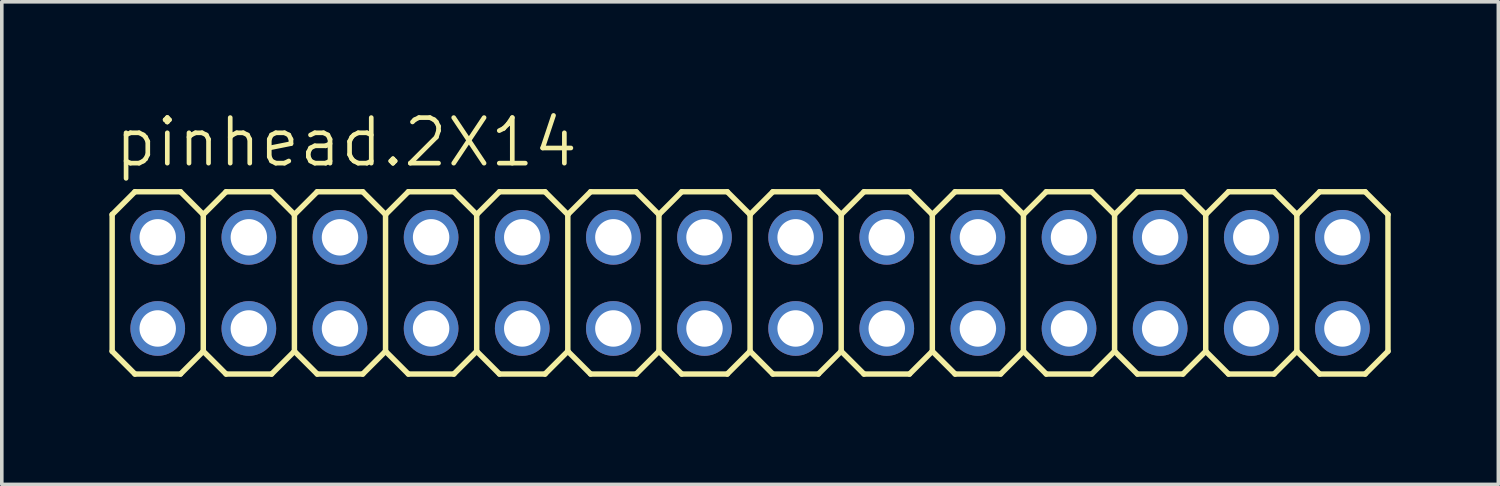
<source format=kicad_pcb>
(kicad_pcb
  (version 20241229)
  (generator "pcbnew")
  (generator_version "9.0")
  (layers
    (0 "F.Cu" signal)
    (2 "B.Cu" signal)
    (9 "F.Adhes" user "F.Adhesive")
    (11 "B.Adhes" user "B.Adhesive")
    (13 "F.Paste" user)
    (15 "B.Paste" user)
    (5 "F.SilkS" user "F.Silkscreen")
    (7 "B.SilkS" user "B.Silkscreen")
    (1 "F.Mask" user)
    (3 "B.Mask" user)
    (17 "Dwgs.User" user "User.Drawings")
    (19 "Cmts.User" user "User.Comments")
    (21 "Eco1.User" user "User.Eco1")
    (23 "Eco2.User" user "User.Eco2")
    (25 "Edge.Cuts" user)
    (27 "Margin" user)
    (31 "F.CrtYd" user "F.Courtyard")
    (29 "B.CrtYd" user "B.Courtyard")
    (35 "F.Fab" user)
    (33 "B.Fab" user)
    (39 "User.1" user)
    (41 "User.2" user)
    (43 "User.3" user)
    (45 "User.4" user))
  (footprint "pinhead.2X14"
    (layer "F.Cu")
    (at 17.856 4.835)
    (property "Reference" "pinhead.2X14" (at -17.78 -3.175 0) (layer "F.SilkS") (effects (font (size 1.27 1.27) (thickness 0.13)) (justify left bottom)))
    (attr through_hole)
    (fp_line (start -17.78 -1.905) (end -17.145 -2.54) (stroke (width 0.152) (type default)) (layer "F.SilkS"))
    (fp_line (start -17.78 1.905) (end -17.78 -1.905) (stroke (width 0.152) (type default)) (layer "F.SilkS"))
    (fp_line (start -17.78 1.905) (end -17.145 2.54) (stroke (width 0.152) (type default)) (layer "F.SilkS"))
    (fp_line (start -17.145 -2.54) (end -15.875 -2.54) (stroke (width 0.152) (type default)) (layer "F.SilkS"))
    (fp_line (start -17.145 2.54) (end -15.875 2.54) (stroke (width 0.152) (type default)) (layer "F.SilkS"))
    (fp_line (start -15.875 -2.54) (end -15.24 -1.905) (stroke (width 0.152) (type default)) (layer "F.SilkS"))
    (fp_line (start -15.875 2.54) (end -15.24 1.905) (stroke (width 0.152) (type default)) (layer "F.SilkS"))
    (fp_line (start -15.24 -1.905) (end -15.24 1.905) (stroke (width 0.152) (type default)) (layer "F.SilkS"))
    (fp_line (start -15.24 -1.905) (end -14.605 -2.54) (stroke (width 0.152) (type default)) (layer "F.SilkS"))
    (fp_line (start -15.24 1.905) (end -14.605 2.54) (stroke (width 0.152) (type default)) (layer "F.SilkS"))
    (fp_line (start -14.605 -2.54) (end -13.335 -2.54) (stroke (width 0.152) (type default)) (layer "F.SilkS"))
    (fp_line (start -14.605 2.54) (end -13.335 2.54) (stroke (width 0.152) (type default)) (layer "F.SilkS"))
    (fp_line (start -13.335 -2.54) (end -12.7 -1.905) (stroke (width 0.152) (type default)) (layer "F.SilkS"))
    (fp_line (start -13.335 2.54) (end -12.7 1.905) (stroke (width 0.152) (type default)) (layer "F.SilkS"))
    (fp_line (start -12.7 -1.905) (end -12.7 1.905) (stroke (width 0.152) (type default)) (layer "F.SilkS"))
    (fp_line (start -12.7 -1.905) (end -12.065 -2.54) (stroke (width 0.152) (type default)) (layer "F.SilkS"))
    (fp_line (start -12.7 1.905) (end -12.065 2.54) (stroke (width 0.152) (type default)) (layer "F.SilkS"))
    (fp_line (start -12.065 -2.54) (end -10.795 -2.54) (stroke (width 0.152) (type default)) (layer "F.SilkS"))
    (fp_line (start -12.065 2.54) (end -10.795 2.54) (stroke (width 0.152) (type default)) (layer "F.SilkS"))
    (fp_line (start -10.795 -2.54) (end -10.16 -1.905) (stroke (width 0.152) (type default)) (layer "F.SilkS"))
    (fp_line (start -10.795 2.54) (end -10.16 1.905) (stroke (width 0.152) (type default)) (layer "F.SilkS"))
    (fp_line (start -10.16 -1.905) (end -10.16 1.905) (stroke (width 0.152) (type default)) (layer "F.SilkS"))
    (fp_line (start -10.16 -1.905) (end -9.525 -2.54) (stroke (width 0.152) (type default)) (layer "F.SilkS"))
    (fp_line (start -10.16 1.905) (end -9.525 2.54) (stroke (width 0.152) (type default)) (layer "F.SilkS"))
    (fp_line (start -9.525 -2.54) (end -8.255 -2.54) (stroke (width 0.152) (type default)) (layer "F.SilkS"))
    (fp_line (start -9.525 2.54) (end -8.255 2.54) (stroke (width 0.152) (type default)) (layer "F.SilkS"))
    (fp_line (start -8.255 -2.54) (end -7.62 -1.905) (stroke (width 0.152) (type default)) (layer "F.SilkS"))
    (fp_line (start -8.255 2.54) (end -7.62 1.905) (stroke (width 0.152) (type default)) (layer "F.SilkS"))
    (fp_line (start -7.62 -1.905) (end -7.62 1.905) (stroke (width 0.152) (type default)) (layer "F.SilkS"))
    (fp_line (start -7.62 -1.905) (end -6.985 -2.54) (stroke (width 0.152) (type default)) (layer "F.SilkS"))
    (fp_line (start -7.62 1.905) (end -6.985 2.54) (stroke (width 0.152) (type default)) (layer "F.SilkS"))
    (fp_line (start -6.985 -2.54) (end -5.715 -2.54) (stroke (width 0.152) (type default)) (layer "F.SilkS"))
    (fp_line (start -6.985 2.54) (end -5.715 2.54) (stroke (width 0.152) (type default)) (layer "F.SilkS"))
    (fp_line (start -5.715 -2.54) (end -5.08 -1.905) (stroke (width 0.152) (type default)) (layer "F.SilkS"))
    (fp_line (start -5.715 2.54) (end -5.08 1.905) (stroke (width 0.152) (type default)) (layer "F.SilkS"))
    (fp_line (start -5.08 -1.905) (end -5.08 1.905) (stroke (width 0.152) (type default)) (layer "F.SilkS"))
    (fp_line (start -5.08 -1.905) (end -4.445 -2.54) (stroke (width 0.152) (type default)) (layer "F.SilkS"))
    (fp_line (start -5.08 1.905) (end -4.445 2.54) (stroke (width 0.152) (type default)) (layer "F.SilkS"))
    (fp_line (start -4.445 -2.54) (end -3.175 -2.54) (stroke (width 0.152) (type default)) (layer "F.SilkS"))
    (fp_line (start -4.445 2.54) (end -3.175 2.54) (stroke (width 0.152) (type default)) (layer "F.SilkS"))
    (fp_line (start -3.175 -2.54) (end -2.54 -1.905) (stroke (width 0.152) (type default)) (layer "F.SilkS"))
    (fp_line (start -3.175 2.54) (end -2.54 1.905) (stroke (width 0.152) (type default)) (layer "F.SilkS"))
    (fp_line (start -2.54 -1.905) (end -2.54 1.905) (stroke (width 0.152) (type default)) (layer "F.SilkS"))
    (fp_line (start -2.54 -1.905) (end -1.905 -2.54) (stroke (width 0.152) (type default)) (layer "F.SilkS"))
    (fp_line (start -2.54 1.905) (end -1.905 2.54) (stroke (width 0.152) (type default)) (layer "F.SilkS"))
    (fp_line (start -1.905 -2.54) (end -0.635 -2.54) (stroke (width 0.152) (type default)) (layer "F.SilkS"))
    (fp_line (start -0.635 -2.54) (end 0 -1.905) (stroke (width 0.152) (type default)) (layer "F.SilkS"))
    (fp_line (start -0.635 2.54) (end -1.905 2.54) (stroke (width 0.152) (type default)) (layer "F.SilkS"))
    (fp_line (start 0 -1.905) (end 0 1.905) (stroke (width 0.152) (type default)) (layer "F.SilkS"))
    (fp_line (start 0 -1.905) (end 0.635 -2.54) (stroke (width 0.152) (type default)) (layer "F.SilkS"))
    (fp_line (start 0 1.905) (end -0.635 2.54) (stroke (width 0.152) (type default)) (layer "F.SilkS"))
    (fp_line (start 0 1.905) (end 0.635 2.54) (stroke (width 0.152) (type default)) (layer "F.SilkS"))
    (fp_line (start 0.635 -2.54) (end 1.905 -2.54) (stroke (width 0.152) (type default)) (layer "F.SilkS"))
    (fp_line (start 1.905 -2.54) (end 2.54 -1.905) (stroke (width 0.152) (type default)) (layer "F.SilkS"))
    (fp_line (start 1.905 2.54) (end 0.635 2.54) (stroke (width 0.152) (type default)) (layer "F.SilkS"))
    (fp_line (start 2.54 -1.905) (end 2.54 1.905) (stroke (width 0.152) (type default)) (layer "F.SilkS"))
    (fp_line (start 2.54 -1.905) (end 3.175 -2.54) (stroke (width 0.152) (type default)) (layer "F.SilkS"))
    (fp_line (start 2.54 1.905) (end 1.905 2.54) (stroke (width 0.152) (type default)) (layer "F.SilkS"))
    (fp_line (start 2.54 1.905) (end 3.175 2.54) (stroke (width 0.152) (type default)) (layer "F.SilkS"))
    (fp_line (start 3.175 -2.54) (end 4.445 -2.54) (stroke (width 0.152) (type default)) (layer "F.SilkS"))
    (fp_line (start 4.445 -2.54) (end 5.08 -1.905) (stroke (width 0.152) (type default)) (layer "F.SilkS"))
    (fp_line (start 4.445 2.54) (end 3.175 2.54) (stroke (width 0.152) (type default)) (layer "F.SilkS"))
    (fp_line (start 5.08 -1.905) (end 5.08 1.905) (stroke (width 0.152) (type default)) (layer "F.SilkS"))
    (fp_line (start 5.08 -1.905) (end 5.715 -2.54) (stroke (width 0.152) (type default)) (layer "F.SilkS"))
    (fp_line (start 5.08 1.905) (end 4.445 2.54) (stroke (width 0.152) (type default)) (layer "F.SilkS"))
    (fp_line (start 5.08 1.905) (end 5.715 2.54) (stroke (width 0.152) (type default)) (layer "F.SilkS"))
    (fp_line (start 5.715 -2.54) (end 6.985 -2.54) (stroke (width 0.152) (type default)) (layer "F.SilkS"))
    (fp_line (start 6.985 -2.54) (end 7.62 -1.905) (stroke (width 0.152) (type default)) (layer "F.SilkS"))
    (fp_line (start 6.985 2.54) (end 5.715 2.54) (stroke (width 0.152) (type default)) (layer "F.SilkS"))
    (fp_line (start 7.62 -1.905) (end 7.62 1.905) (stroke (width 0.152) (type default)) (layer "F.SilkS"))
    (fp_line (start 7.62 -1.905) (end 8.255 -2.54) (stroke (width 0.152) (type default)) (layer "F.SilkS"))
    (fp_line (start 7.62 1.905) (end 6.985 2.54) (stroke (width 0.152) (type default)) (layer "F.SilkS"))
    (fp_line (start 7.62 1.905) (end 8.255 2.54) (stroke (width 0.152) (type default)) (layer "F.SilkS"))
    (fp_line (start 8.255 -2.54) (end 9.525 -2.54) (stroke (width 0.152) (type default)) (layer "F.SilkS"))
    (fp_line (start 9.525 -2.54) (end 10.16 -1.905) (stroke (width 0.152) (type default)) (layer "F.SilkS"))
    (fp_line (start 9.525 2.54) (end 8.255 2.54) (stroke (width 0.152) (type default)) (layer "F.SilkS"))
    (fp_line (start 10.16 -1.905) (end 10.16 1.905) (stroke (width 0.152) (type default)) (layer "F.SilkS"))
    (fp_line (start 10.16 -1.905) (end 10.795 -2.54) (stroke (width 0.152) (type default)) (layer "F.SilkS"))
    (fp_line (start 10.16 1.905) (end 9.525 2.54) (stroke (width 0.152) (type default)) (layer "F.SilkS"))
    (fp_line (start 10.16 1.905) (end 10.795 2.54) (stroke (width 0.152) (type default)) (layer "F.SilkS"))
    (fp_line (start 10.795 -2.54) (end 12.065 -2.54) (stroke (width 0.152) (type default)) (layer "F.SilkS"))
    (fp_line (start 12.065 2.54) (end 10.795 2.54) (stroke (width 0.152) (type default)) (layer "F.SilkS"))
    (fp_line (start 12.7 -1.905) (end 12.065 -2.54) (stroke (width 0.152) (type default)) (layer "F.SilkS"))
    (fp_line (start 12.7 -1.905) (end 12.7 1.905) (stroke (width 0.152) (type default)) (layer "F.SilkS"))
    (fp_line (start 12.7 -1.905) (end 13.335 -2.54) (stroke (width 0.152) (type default)) (layer "F.SilkS"))
    (fp_line (start 12.7 1.905) (end 12.065 2.54) (stroke (width 0.152) (type default)) (layer "F.SilkS"))
    (fp_line (start 12.7 1.905) (end 13.335 2.54) (stroke (width 0.152) (type default)) (layer "F.SilkS"))
    (fp_line (start 14.605 -2.54) (end 13.335 -2.54) (stroke (width 0.152) (type default)) (layer "F.SilkS"))
    (fp_line (start 14.605 -2.54) (end 15.24 -1.905) (stroke (width 0.152) (type default)) (layer "F.SilkS"))
    (fp_line (start 14.605 2.54) (end 13.335 2.54) (stroke (width 0.152) (type default)) (layer "F.SilkS"))
    (fp_line (start 15.24 -1.905) (end 15.24 1.905) (stroke (width 0.152) (type default)) (layer "F.SilkS"))
    (fp_line (start 15.24 -1.905) (end 15.875 -2.54) (stroke (width 0.152) (type default)) (layer "F.SilkS"))
    (fp_line (start 15.24 1.905) (end 14.605 2.54) (stroke (width 0.152) (type default)) (layer "F.SilkS"))
    (fp_line (start 15.24 1.905) (end 15.875 2.54) (stroke (width 0.152) (type default)) (layer "F.SilkS"))
    (fp_line (start 17.145 -2.54) (end 15.875 -2.54) (stroke (width 0.152) (type default)) (layer "F.SilkS"))
    (fp_line (start 17.145 -2.54) (end 17.78 -1.905) (stroke (width 0.152) (type default)) (layer "F.SilkS"))
    (fp_line (start 17.145 2.54) (end 15.875 2.54) (stroke (width 0.152) (type default)) (layer "F.SilkS"))
    (fp_line (start 17.78 -1.905) (end 17.78 1.905) (stroke (width 0.152) (type default)) (layer "F.SilkS"))
    (fp_line (start 17.78 1.905) (end 17.145 2.54) (stroke (width 0.152) (type default)) (layer "F.SilkS"))
    (fp_rect (start -16.764 -1.016) (end -16.256 -1.524) (stroke (width 0.05) (type default)) (fill no) (layer "F.Fab"))
    (fp_rect (start -16.764 1.524) (end -16.256 1.016) (stroke (width 0.05) (type default)) (fill no) (layer "F.Fab"))
    (fp_rect (start -14.224 -1.016) (end -13.716 -1.524) (stroke (width 0.05) (type default)) (fill no) (layer "F.Fab"))
    (fp_rect (start -14.224 1.524) (end -13.716 1.016) (stroke (width 0.05) (type default)) (fill no) (layer "F.Fab"))
    (fp_rect (start -11.684 -1.016) (end -11.176 -1.524) (stroke (width 0.05) (type default)) (fill no) (layer "F.Fab"))
    (fp_rect (start -11.684 1.524) (end -11.176 1.016) (stroke (width 0.05) (type default)) (fill no) (layer "F.Fab"))
    (fp_rect (start -9.144 -1.016) (end -8.636 -1.524) (stroke (width 0.05) (type default)) (fill no) (layer "F.Fab"))
    (fp_rect (start -9.144 1.524) (end -8.636 1.016) (stroke (width 0.05) (type default)) (fill no) (layer "F.Fab"))
    (fp_rect (start -6.604 -1.016) (end -6.096 -1.524) (stroke (width 0.05) (type default)) (fill no) (layer "F.Fab"))
    (fp_rect (start -6.604 1.524) (end -6.096 1.016) (stroke (width 0.05) (type default)) (fill no) (layer "F.Fab"))
    (fp_rect (start -4.064 -1.016) (end -3.556 -1.524) (stroke (width 0.05) (type default)) (fill no) (layer "F.Fab"))
    (fp_rect (start -4.064 1.524) (end -3.556 1.016) (stroke (width 0.05) (type default)) (fill no) (layer "F.Fab"))
    (fp_rect (start -1.524 -1.016) (end -1.016 -1.524) (stroke (width 0.05) (type default)) (fill no) (layer "F.Fab"))
    (fp_rect (start -1.524 1.524) (end -1.016 1.016) (stroke (width 0.05) (type default)) (fill no) (layer "F.Fab"))
    (fp_rect (start 1.016 -1.016) (end 1.524 -1.524) (stroke (width 0.05) (type default)) (fill no) (layer "F.Fab"))
    (fp_rect (start 1.016 1.524) (end 1.524 1.016) (stroke (width 0.05) (type default)) (fill no) (layer "F.Fab"))
    (fp_rect (start 3.556 -1.016) (end 4.064 -1.524) (stroke (width 0.05) (type default)) (fill no) (layer "F.Fab"))
    (fp_rect (start 3.556 1.524) (end 4.064 1.016) (stroke (width 0.05) (type default)) (fill no) (layer "F.Fab"))
    (fp_rect (start 6.096 -1.016) (end 6.604 -1.524) (stroke (width 0.05) (type default)) (fill no) (layer "F.Fab"))
    (fp_rect (start 6.096 1.524) (end 6.604 1.016) (stroke (width 0.05) (type default)) (fill no) (layer "F.Fab"))
    (fp_rect (start 8.636 -1.016) (end 9.144 -1.524) (stroke (width 0.05) (type default)) (fill no) (layer "F.Fab"))
    (fp_rect (start 8.636 1.524) (end 9.144 1.016) (stroke (width 0.05) (type default)) (fill no) (layer "F.Fab"))
    (fp_rect (start 11.176 -1.016) (end 11.684 -1.524) (stroke (width 0.05) (type default)) (fill no) (layer "F.Fab"))
    (fp_rect (start 11.176 1.524) (end 11.684 1.016) (stroke (width 0.05) (type default)) (fill no) (layer "F.Fab"))
    (fp_rect (start 13.716 -1.016) (end 14.224 -1.524) (stroke (width 0.05) (type default)) (fill no) (layer "F.Fab"))
    (fp_rect (start 13.716 1.524) (end 14.224 1.016) (stroke (width 0.05) (type default)) (fill no) (layer "F.Fab"))
    (fp_rect (start 16.256 -1.016) (end 16.764 -1.524) (stroke (width 0.05) (type default)) (fill no) (layer "F.Fab"))
    (fp_rect (start 16.256 1.524) (end 16.764 1.016) (stroke (width 0.05) (type default)) (fill no) (layer "F.Fab"))
    (pad "1" thru_hole circle (at -16.51 1.27) (size 1.524 1.524) (drill 1.016) (layers "*.Cu" "*.Mask"))
    (pad "2" thru_hole circle (at -16.51 -1.27) (size 1.524 1.524) (drill 1.016) (layers "*.Cu" "*.Mask"))
    (pad "3" thru_hole circle (at -13.97 1.27) (size 1.524 1.524) (drill 1.016) (layers "*.Cu" "*.Mask"))
    (pad "4" thru_hole circle (at -13.97 -1.27) (size 1.524 1.524) (drill 1.016) (layers "*.Cu" "*.Mask"))
    (pad "5" thru_hole circle (at -11.43 1.27) (size 1.524 1.524) (drill 1.016) (layers "*.Cu" "*.Mask"))
    (pad "6" thru_hole circle (at -11.43 -1.27) (size 1.524 1.524) (drill 1.016) (layers "*.Cu" "*.Mask"))
    (pad "7" thru_hole circle (at -8.89 1.27) (size 1.524 1.524) (drill 1.016) (layers "*.Cu" "*.Mask"))
    (pad "8" thru_hole circle (at -8.89 -1.27) (size 1.524 1.524) (drill 1.016) (layers "*.Cu" "*.Mask"))
    (pad "9" thru_hole circle (at -6.35 1.27) (size 1.524 1.524) (drill 1.016) (layers "*.Cu" "*.Mask"))
    (pad "10" thru_hole circle (at -6.35 -1.27) (size 1.524 1.524) (drill 1.016) (layers "*.Cu" "*.Mask"))
    (pad "11" thru_hole circle (at -3.81 1.27) (size 1.524 1.524) (drill 1.016) (layers "*.Cu" "*.Mask"))
    (pad "12" thru_hole circle (at -3.81 -1.27) (size 1.524 1.524) (drill 1.016) (layers "*.Cu" "*.Mask"))
    (pad "13" thru_hole circle (at -1.27 1.27) (size 1.524 1.524) (drill 1.016) (layers "*.Cu" "*.Mask"))
    (pad "14" thru_hole circle (at -1.27 -1.27) (size 1.524 1.524) (drill 1.016) (layers "*.Cu" "*.Mask"))
    (pad "15" thru_hole circle (at 1.27 1.27) (size 1.524 1.524) (drill 1.016) (layers "*.Cu" "*.Mask"))
    (pad "16" thru_hole circle (at 1.27 -1.27) (size 1.524 1.524) (drill 1.016) (layers "*.Cu" "*.Mask"))
    (pad "17" thru_hole circle (at 3.81 1.27) (size 1.524 1.524) (drill 1.016) (layers "*.Cu" "*.Mask"))
    (pad "18" thru_hole circle (at 3.81 -1.27) (size 1.524 1.524) (drill 1.016) (layers "*.Cu" "*.Mask"))
    (pad "19" thru_hole circle (at 6.35 1.27) (size 1.524 1.524) (drill 1.016) (layers "*.Cu" "*.Mask"))
    (pad "20" thru_hole circle (at 6.35 -1.27) (size 1.524 1.524) (drill 1.016) (layers "*.Cu" "*.Mask"))
    (pad "21" thru_hole circle (at 8.89 1.27) (size 1.524 1.524) (drill 1.016) (layers "*.Cu" "*.Mask"))
    (pad "22" thru_hole circle (at 8.89 -1.27) (size 1.524 1.524) (drill 1.016) (layers "*.Cu" "*.Mask"))
    (pad "23" thru_hole circle (at 11.43 1.27) (size 1.524 1.524) (drill 1.016) (layers "*.Cu" "*.Mask"))
    (pad "24" thru_hole circle (at 11.43 -1.27) (size 1.524 1.524) (drill 1.016) (layers "*.Cu" "*.Mask"))
    (pad "25" thru_hole circle (at 13.97 1.27) (size 1.524 1.524) (drill 1.016) (layers "*.Cu" "*.Mask"))
    (pad "26" thru_hole circle (at 13.97 -1.27) (size 1.524 1.524) (drill 1.016) (layers "*.Cu" "*.Mask"))
    (pad "27" thru_hole circle (at 16.51 1.27) (size 1.524 1.524) (drill 1.016) (layers "*.Cu" "*.Mask"))
    (pad "28" thru_hole circle (at 16.51 -1.27) (size 1.524 1.524) (drill 1.016) (layers "*.Cu" "*.Mask")))
  (gr_rect
    (start -3 -3)
    (end 38.712 10.451)
    (stroke (width 0.1) (type default))
    (fill no)
    (layer "Edge.Cuts")))
</source>
